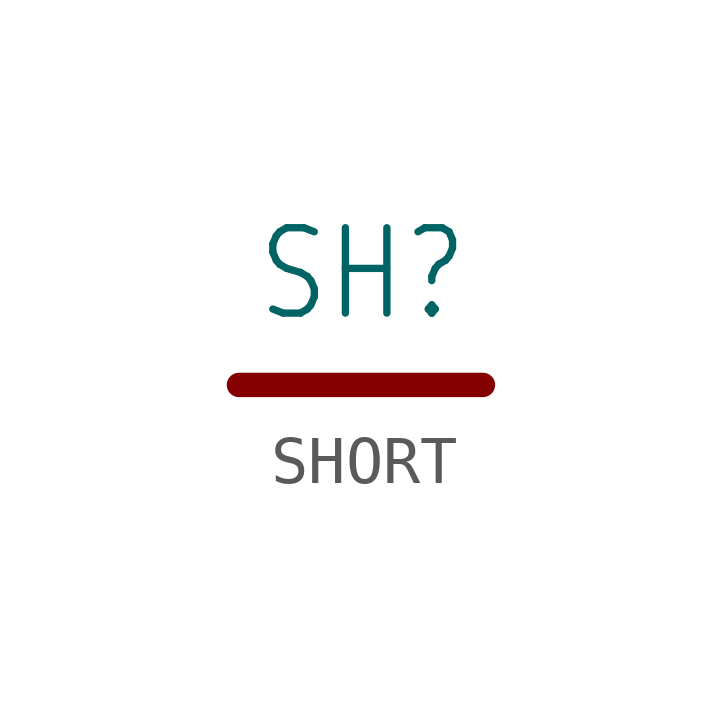
<source format=kicad_sym>
(kicad_symbol_lib
  (version 20211014)
  (generator kicad_symbol_editor)
  (symbol "SHORT"
    (property "Reference" "SH"
      (at -2.223 1.27 0)
      (effects (font (size 1.778 1.511)) (justify left bottom)))
    (property "ki_locked" ""
      (at 0 0 0)
      (effects (font (size 1.27 1.27))))
    (symbol "SHORT_1_0"
      (polyline (pts (xy -2.54 0) (xy 2.54 0)) (stroke (width 0.508) (type default) (color 0 0 0 0)) (fill (type none)))
      (pin bidirectional line (at -2.54 0 0) (length 0) (name "GND_A" (effects (font (size 0 0)))) (number "1" (effects (font (size 0 0)))))
      (pin bidirectional line (at 2.54 0 0) (length 0) (name "GND_B" (effects (font (size 0 0)))) (number "2" (effects (font (size 0 0))))))))
</source>
